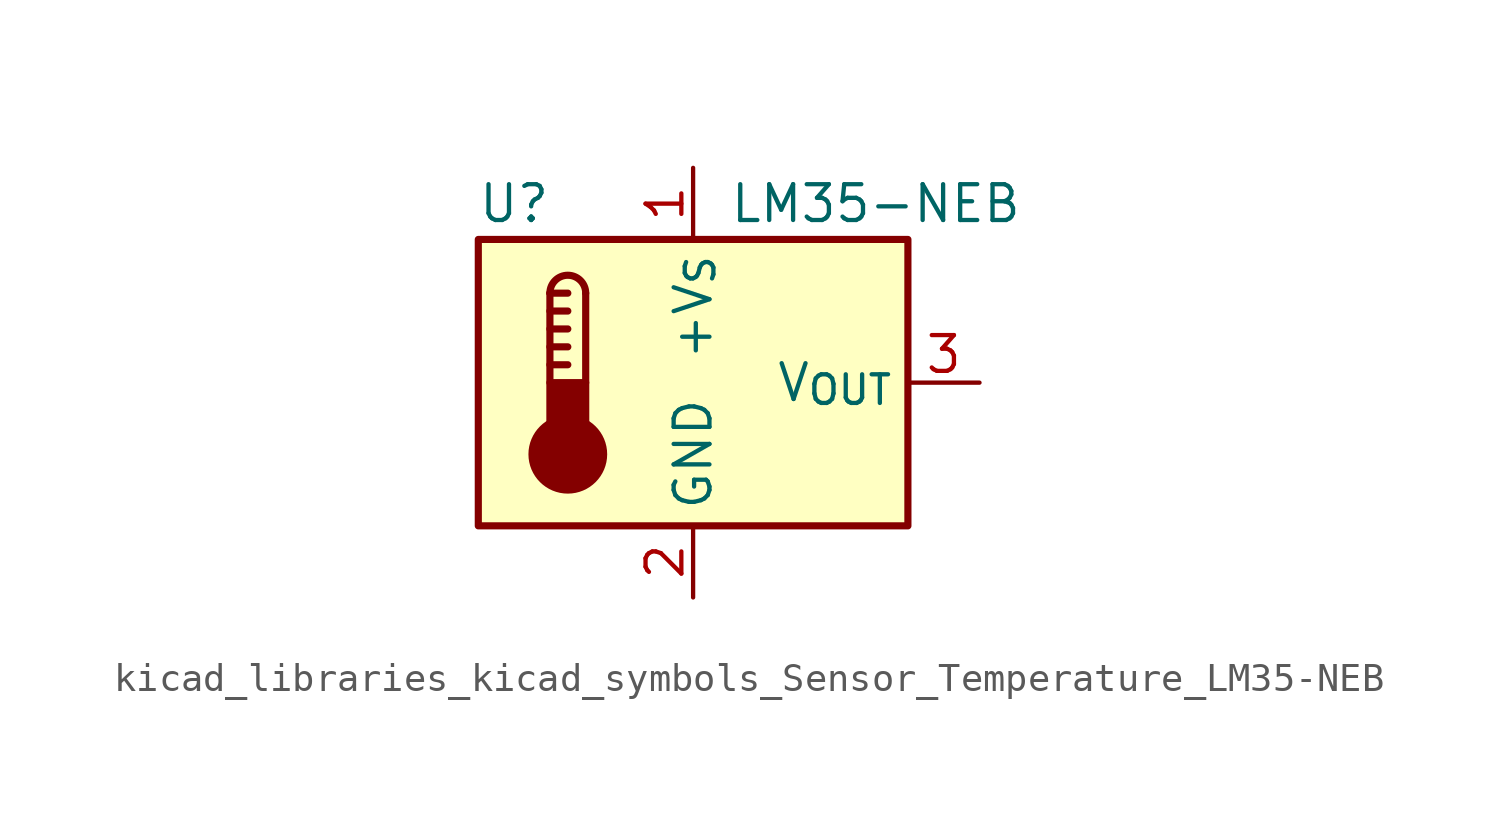
<source format=kicad_sym>
(kicad_symbol_lib
  (version 20220914)
  (generator kicad_symbol_editor)
  (symbol "kicad_libraries_kicad_symbols_Sensor_Temperature_LM35-NEB"
    (property "Reference" "U"
      (at -6.35 6.35 0)
      (effects (font (size 1.27 1.27))))
    (property "Value" "LM35-NEB"
      (at 1.27 6.35 0)
      (effects (font (size 1.27 1.27)) (justify left)))
    (symbol "kicad_libraries_kicad_symbols_Sensor_Temperature_LM35-NEB_0_1"
      (rectangle (start -7.62 5.08) (end 7.62 -5.08) (stroke (width 0.254) (type default)) (fill (type background)))
      (circle (center -4.445 -2.54) (radius 1.27) (stroke (width 0.254) (type default)) (fill (type outline)))
      (rectangle (start -3.81 -1.905) (end -5.08 0) (stroke (width 0.254) (type default)) (fill (type outline)))
      (arc (start -3.81 3.175) (mid -4.445 3.8073) (end -5.08 3.175) (stroke (width 0.254) (type default)) (fill (type none)))
      (polyline (pts (xy -5.08 0.635) (xy -4.445 0.635)) (stroke (width 0.254) (type default)) (fill (type none)))
      (polyline (pts (xy -5.08 1.27) (xy -4.445 1.27)) (stroke (width 0.254) (type default)) (fill (type none)))
      (polyline (pts (xy -5.08 1.905) (xy -4.445 1.905)) (stroke (width 0.254) (type default)) (fill (type none)))
      (polyline (pts (xy -5.08 2.54) (xy -4.445 2.54)) (stroke (width 0.254) (type default)) (fill (type none)))
      (polyline (pts (xy -5.08 3.175) (xy -5.08 0)) (stroke (width 0.254) (type default)) (fill (type none)))
      (polyline (pts (xy -5.08 3.175) (xy -4.445 3.175)) (stroke (width 0.254) (type default)) (fill (type none)))
      (polyline (pts (xy -3.81 3.175) (xy -3.81 0)) (stroke (width 0.254) (type default)) (fill (type none))))
    (symbol "kicad_libraries_kicad_symbols_Sensor_Temperature_LM35-NEB_1_1"
      (pin power_in line (at 0 7.62 270) (length 2.54) (name "+V_{S}" (effects (font (size 1.27 1.27)))) (number "1" (effects (font (size 1.27 1.27)))))
      (pin power_in line (at 0 -7.62 90) (length 2.54) (name "GND" (effects (font (size 1.27 1.27)))) (number "2" (effects (font (size 1.27 1.27)))))
      (pin output line (at 10.16 0 180) (length 2.54) (name "V_{OUT}" (effects (font (size 1.27 1.27)))) (number "3" (effects (font (size 1.27 1.27))))))))
</source>
